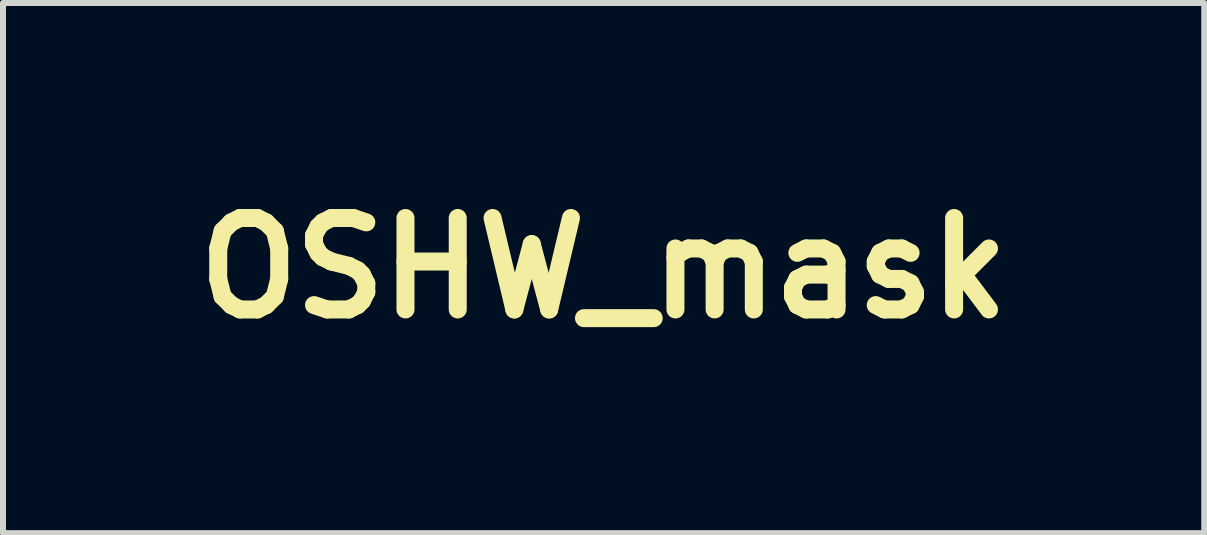
<source format=kicad_pcb>
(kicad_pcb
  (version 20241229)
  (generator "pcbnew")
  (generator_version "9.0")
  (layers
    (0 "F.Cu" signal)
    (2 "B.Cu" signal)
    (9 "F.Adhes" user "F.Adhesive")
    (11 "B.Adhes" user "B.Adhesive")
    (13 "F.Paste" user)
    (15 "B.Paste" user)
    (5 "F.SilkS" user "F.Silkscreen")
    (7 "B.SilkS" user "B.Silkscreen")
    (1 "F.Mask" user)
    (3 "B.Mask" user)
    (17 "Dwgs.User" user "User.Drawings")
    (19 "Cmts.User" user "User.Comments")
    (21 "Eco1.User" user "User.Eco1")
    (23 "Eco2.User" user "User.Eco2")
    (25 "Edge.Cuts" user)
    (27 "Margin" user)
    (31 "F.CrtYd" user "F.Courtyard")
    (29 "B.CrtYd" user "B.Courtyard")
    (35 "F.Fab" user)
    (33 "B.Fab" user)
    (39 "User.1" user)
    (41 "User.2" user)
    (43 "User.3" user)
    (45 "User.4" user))
  (footprint "OSHW_mask"
    (layer "F.Cu")
    (at 7.01 1.418)
    (property "Reference" "OSHW_mask" (at 0 0 0) (layer "F.SilkS") (effects (font (size 1.524 1.524) (thickness 0.3))))
    (attr through_hole)
    (fp_poly (pts (xy 0.038 -1.108) (xy 0.071 -1.108) (xy 0.097 -1.108) (xy 0.118 -1.107) (xy 0.134 -1.107) (xy 0.146 -1.106) (xy 0.155 -1.106) (xy 0.161 -1.104) (xy 0.165 -1.103) (xy 0.168 -1.101) (xy 0.171 -1.1) (xy 0.18 -1.09) (xy 0.188 -1.079) (xy 0.188 -1.078) (xy 0.19 -1.071) (xy 0.194 -1.058) (xy 0.198 -1.038) (xy 0.203 -1.014) (xy 0.209 -0.986) (xy 0.215 -0.955) (xy 0.221 -0.922) (xy 0.221 -0.922) (xy 0.247 -0.78) (xy 0.337 -0.743) (xy 0.362 -0.733) (xy 0.386 -0.724) (xy 0.405 -0.717) (xy 0.42 -0.712) (xy 0.43 -0.709) (xy 0.432 -0.709) (xy 0.437 -0.712) (xy 0.447 -0.718) (xy 0.462 -0.728) (xy 0.481 -0.741) (xy 0.504 -0.757) (xy 0.529 -0.774) (xy 0.555 -0.792) (xy 0.583 -0.81) (xy 0.608 -0.828) (xy 0.632 -0.843) (xy 0.652 -0.856) (xy 0.668 -0.866) (xy 0.679 -0.873) (xy 0.685 -0.876) (xy 0.692 -0.877) (xy 0.699 -0.878) (xy 0.706 -0.878) (xy 0.714 -0.875) (xy 0.722 -0.87) (xy 0.733 -0.862) (xy 0.746 -0.851) (xy 0.763 -0.836) (xy 0.782 -0.817) (xy 0.806 -0.793) (xy 0.835 -0.764) (xy 0.841 -0.759) (xy 0.87 -0.729) (xy 0.895 -0.704) (xy 0.915 -0.684) (xy 0.93 -0.667) (xy 0.942 -0.653) (xy 0.951 -0.642) (xy 0.956 -0.633) (xy 0.959 -0.625) (xy 0.96 -0.618) (xy 0.96 -0.611) (xy 0.958 -0.604) (xy 0.958 -0.603) (xy 0.955 -0.597) (xy 0.948 -0.585) (xy 0.937 -0.569) (xy 0.924 -0.548) (xy 0.909 -0.525) (xy 0.891 -0.499) (xy 0.874 -0.473) (xy 0.855 -0.446) (xy 0.838 -0.421) (xy 0.823 -0.399) (xy 0.811 -0.38) (xy 0.801 -0.365) (xy 0.795 -0.355) (xy 0.793 -0.351) (xy 0.795 -0.346) (xy 0.799 -0.335) (xy 0.805 -0.32) (xy 0.813 -0.3) (xy 0.822 -0.279) (xy 0.831 -0.257) (xy 0.841 -0.234) (xy 0.85 -0.213) (xy 0.858 -0.195) (xy 0.865 -0.18) (xy 0.87 -0.17) (xy 0.872 -0.166) (xy 0.876 -0.165) (xy 0.887 -0.162) (xy 0.905 -0.159) (xy 0.927 -0.154) (xy 0.953 -0.149) (xy 0.983 -0.143) (xy 1.015 -0.137) (xy 1.016 -0.137) (xy 1.051 -0.13) (xy 1.083 -0.124) (xy 1.111 -0.118) (xy 1.134 -0.113) (xy 1.152 -0.109) (xy 1.163 -0.105) (xy 1.167 -0.104) (xy 1.172 -0.1) (xy 1.177 -0.097) (xy 1.18 -0.092) (xy 1.183 -0.087) (xy 1.186 -0.079) (xy 1.187 -0.068) (xy 1.188 -0.054) (xy 1.189 -0.035) (xy 1.19 -0.012) (xy 1.19 0.018) (xy 1.19 0.054) (xy 1.19 0.084) (xy 1.19 0.126) (xy 1.19 0.161) (xy 1.189 0.189) (xy 1.189 0.212) (xy 1.188 0.23) (xy 1.187 0.244) (xy 1.185 0.254) (xy 1.182 0.262) (xy 1.179 0.268) (xy 1.175 0.272) (xy 1.171 0.276) (xy 1.168 0.277) (xy 1.163 0.28) (xy 1.152 0.283) (xy 1.136 0.288) (xy 1.114 0.292) (xy 1.085 0.298) (xy 1.05 0.305) (xy 1.019 0.311) (xy 0.988 0.317) (xy 0.958 0.322) (xy 0.932 0.328) (xy 0.91 0.332) (xy 0.894 0.336) (xy 0.883 0.338) (xy 0.879 0.339) (xy 0.877 0.343) (xy 0.872 0.354) (xy 0.866 0.37) (xy 0.858 0.39) (xy 0.848 0.414) (xy 0.838 0.44) (xy 0.837 0.44) (xy 0.798 0.538) (xy 0.875 0.649) (xy 0.893 0.676) (xy 0.91 0.701) (xy 0.925 0.724) (xy 0.938 0.744) (xy 0.948 0.76) (xy 0.954 0.771) (xy 0.956 0.775) (xy 0.959 0.782) (xy 0.96 0.789) (xy 0.96 0.795) (xy 0.958 0.803) (xy 0.954 0.811) (xy 0.946 0.821) (xy 0.936 0.833) (xy 0.922 0.848) (xy 0.905 0.867) (xy 0.882 0.89) (xy 0.855 0.917) (xy 0.839 0.934) (xy 0.724 1.049) (xy 0.702 1.05) (xy 0.681 1.052) (xy 0.615 1.007) (xy 0.591 0.991) (xy 0.565 0.973) (xy 0.539 0.955) (xy 0.516 0.939) (xy 0.5 0.929) (xy 0.452 0.895) (xy 0.405 0.92) (xy 0.386 0.93) (xy 0.369 0.938) (xy 0.355 0.944) (xy 0.346 0.947) (xy 0.345 0.947) (xy 0.33 0.947) (xy 0.314 0.942) (xy 0.301 0.932) (xy 0.3 0.931) (xy 0.297 0.926) (xy 0.291 0.914) (xy 0.284 0.897) (xy 0.274 0.874) (xy 0.262 0.847) (xy 0.249 0.817) (xy 0.235 0.783) (xy 0.22 0.747) (xy 0.204 0.71) (xy 0.189 0.672) (xy 0.173 0.634) (xy 0.158 0.596) (xy 0.143 0.56) (xy 0.129 0.527) (xy 0.117 0.496) (xy 0.106 0.468) (xy 0.097 0.445) (xy 0.09 0.426) (xy 0.085 0.414) (xy 0.083 0.408) (xy 0.083 0.394) (xy 0.086 0.381) (xy 0.093 0.37) (xy 0.106 0.357) (xy 0.125 0.343) (xy 0.133 0.338) (xy 0.174 0.307) (xy 0.208 0.273) (xy 0.235 0.237) (xy 0.248 0.214) (xy 0.262 0.181) (xy 0.271 0.151) (xy 0.276 0.119) (xy 0.277 0.084) (xy 0.276 0.076) (xy 0.271 0.029) (xy 0.258 -0.015) (xy 0.238 -0.056) (xy 0.212 -0.092) (xy 0.18 -0.125) (xy 0.142 -0.152) (xy 0.115 -0.167) (xy 0.085 -0.179) (xy 0.057 -0.187) (xy 0.027 -0.192) (xy -0.006 -0.193) (xy -0.04 -0.191) (xy -0.069 -0.187) (xy -0.097 -0.179) (xy -0.126 -0.166) (xy -0.131 -0.164) (xy -0.171 -0.14) (xy -0.206 -0.11) (xy -0.236 -0.075) (xy -0.26 -0.034) (xy -0.278 0.011) (xy -0.278 0.012) (xy -0.282 0.026) (xy -0.285 0.039) (xy -0.286 0.054) (xy -0.287 0.072) (xy -0.287 0.092) (xy -0.287 0.114) (xy -0.286 0.13) (xy -0.284 0.144) (xy -0.281 0.156) (xy -0.277 0.17) (xy -0.275 0.177) (xy -0.257 0.217) (xy -0.234 0.254) (xy -0.206 0.288) (xy -0.17 0.319) (xy -0.14 0.341) (xy -0.118 0.357) (xy -0.103 0.371) (xy -0.095 0.385) (xy -0.093 0.4) (xy -0.095 0.417) (xy -0.096 0.418) (xy -0.098 0.423) (xy -0.102 0.435) (xy -0.109 0.453) (xy -0.119 0.475) (xy -0.13 0.502) (xy -0.142 0.532) (xy -0.156 0.566) (xy -0.17 0.601) (xy -0.185 0.637) (xy -0.201 0.675) (xy -0.216 0.712) (xy -0.231 0.748) (xy -0.245 0.782) (xy -0.259 0.815) (xy -0.271 0.844) (xy -0.281 0.869) (xy -0.29 0.89) (xy -0.297 0.906) (xy -0.301 0.915) (xy -0.302 0.917) (xy -0.31 0.931) (xy -0.323 0.94) (xy -0.327 0.942) (xy -0.336 0.946) (xy -0.345 0.948) (xy -0.355 0.947) (xy -0.366 0.944) (xy -0.381 0.938) (xy -0.401 0.928) (xy -0.416 0.92) (xy -0.463 0.895) (xy -0.574 0.972) (xy -0.604 0.993) (xy -0.629 1.009) (xy -0.648 1.022) (xy -0.663 1.032) (xy -0.675 1.039) (xy -0.684 1.044) (xy -0.691 1.047) (xy -0.697 1.049) (xy -0.703 1.05) (xy -0.705 1.05) (xy -0.721 1.05) (xy -0.733 1.046) (xy -0.737 1.044) (xy -0.744 1.038) (xy -0.755 1.028) (xy -0.77 1.014) (xy -0.788 0.997) (xy -0.808 0.977) (xy -0.829 0.956) (xy -0.851 0.933) (xy -0.873 0.91) (xy -0.895 0.888) (xy -0.915 0.867) (xy -0.932 0.848) (xy -0.947 0.832) (xy -0.958 0.82) (xy -0.965 0.811) (xy -0.967 0.808) (xy -0.969 0.8) (xy -0.969 0.793) (xy -0.968 0.785) (xy -0.966 0.776) (xy -0.96 0.765) (xy -0.953 0.751) (xy -0.942 0.734) (xy -0.928 0.712) (xy -0.91 0.686) (xy -0.889 0.654) (xy -0.888 0.653) (xy -0.809 0.539) (xy -0.816 0.52) (xy -0.833 0.478) (xy -0.848 0.441) (xy -0.861 0.409) (xy -0.872 0.382) (xy -0.88 0.362) (xy -0.886 0.348) (xy -0.89 0.34) (xy -0.89 0.339) (xy -0.895 0.338) (xy -0.906 0.335) (xy -0.923 0.332) (xy -0.945 0.327) (xy -0.971 0.322) (xy -1 0.316) (xy -1.029 0.311) (xy -1.066 0.304) (xy -1.099 0.298) (xy -1.127 0.292) (xy -1.149 0.287) (xy -1.165 0.283) (xy -1.175 0.28) (xy -1.176 0.279) (xy -1.182 0.275) (xy -1.187 0.271) (xy -1.191 0.266) (xy -1.194 0.26) (xy -1.197 0.251) (xy -1.199 0.239) (xy -1.2 0.223) (xy -1.201 0.203) (xy -1.201 0.177) (xy -1.202 0.145) (xy -1.202 0.107) (xy -1.202 0.088) (xy -1.202 0.046) (xy -1.201 0.012) (xy -1.201 -0.016) (xy -1.201 -0.038) (xy -1.2 -0.056) (xy -1.198 -0.069) (xy -1.196 -0.08) (xy -1.194 -0.087) (xy -1.19 -0.093) (xy -1.186 -0.097) (xy -1.181 -0.101) (xy -1.179 -0.102) (xy -1.174 -0.105) (xy -1.165 -0.108) (xy -1.152 -0.111) (xy -1.133 -0.116) (xy -1.109 -0.121) (xy -1.078 -0.127) (xy -1.041 -0.134) (xy -1.025 -0.137) (xy -0.993 -0.143) (xy -0.963 -0.149) (xy -0.937 -0.154) (xy -0.914 -0.158) (xy -0.897 -0.161) (xy -0.886 -0.164) (xy -0.881 -0.165) (xy -0.881 -0.165) (xy -0.88 -0.169) (xy -0.875 -0.179) (xy -0.869 -0.194) (xy -0.86 -0.213) (xy -0.851 -0.236) (xy -0.841 -0.259) (xy -0.801 -0.352) (xy -0.881 -0.468) (xy -0.899 -0.495) (xy -0.917 -0.521) (xy -0.932 -0.543) (xy -0.945 -0.563) (xy -0.955 -0.578) (xy -0.962 -0.589) (xy -0.965 -0.594) (xy -0.968 -0.604) (xy -0.968 -0.619) (xy -0.968 -0.622) (xy -0.966 -0.642) (xy -0.851 -0.757) (xy -0.821 -0.787) (xy -0.796 -0.812) (xy -0.776 -0.832) (xy -0.759 -0.847) (xy -0.745 -0.859) (xy -0.734 -0.868) (xy -0.724 -0.874) (xy -0.717 -0.877) (xy -0.71 -0.878) (xy -0.703 -0.877) (xy -0.696 -0.875) (xy -0.692 -0.874) (xy -0.686 -0.87) (xy -0.674 -0.863) (xy -0.657 -0.853) (xy -0.636 -0.839) (xy -0.612 -0.823) (xy -0.587 -0.806) (xy -0.563 -0.79) (xy -0.536 -0.771) (xy -0.511 -0.754) (xy -0.489 -0.739) (xy -0.47 -0.727) (xy -0.456 -0.717) (xy -0.446 -0.711) (xy -0.443 -0.708) (xy -0.438 -0.709) (xy -0.428 -0.713) (xy -0.413 -0.718) (xy -0.394 -0.725) (xy -0.373 -0.733) (xy -0.35 -0.742) (xy -0.328 -0.751) (xy -0.307 -0.759) (xy -0.288 -0.767) (xy -0.273 -0.773) (xy -0.263 -0.777) (xy -0.259 -0.779) (xy -0.258 -0.783) (xy -0.256 -0.794) (xy -0.253 -0.811) (xy -0.249 -0.832) (xy -0.244 -0.859) (xy -0.238 -0.888) (xy -0.232 -0.921) (xy -0.231 -0.928) (xy -0.223 -0.97) (xy -0.216 -1.005) (xy -0.21 -1.033) (xy -0.205 -1.054) (xy -0.201 -1.07) (xy -0.198 -1.081) (xy -0.195 -1.086) (xy -0.192 -1.091) (xy -0.188 -1.096) (xy -0.182 -1.099) (xy -0.176 -1.102) (xy -0.167 -1.104) (xy -0.154 -1.105) (xy -0.138 -1.106) (xy -0.117 -1.107) (xy -0.091 -1.108) (xy -0.059 -1.108) (xy -0.02 -1.108) (xy -0.001 -1.108) (xy 0.038 -1.108)) (stroke (width 0.01) (type solid)) (fill yes) (layer "F.Mask")))
  (gr_rect
    (start -3 -3)
    (end 17.021 5.836)
    (stroke (width 0.1) (type default))
    (fill no)
    (layer "Edge.Cuts")))
</source>
